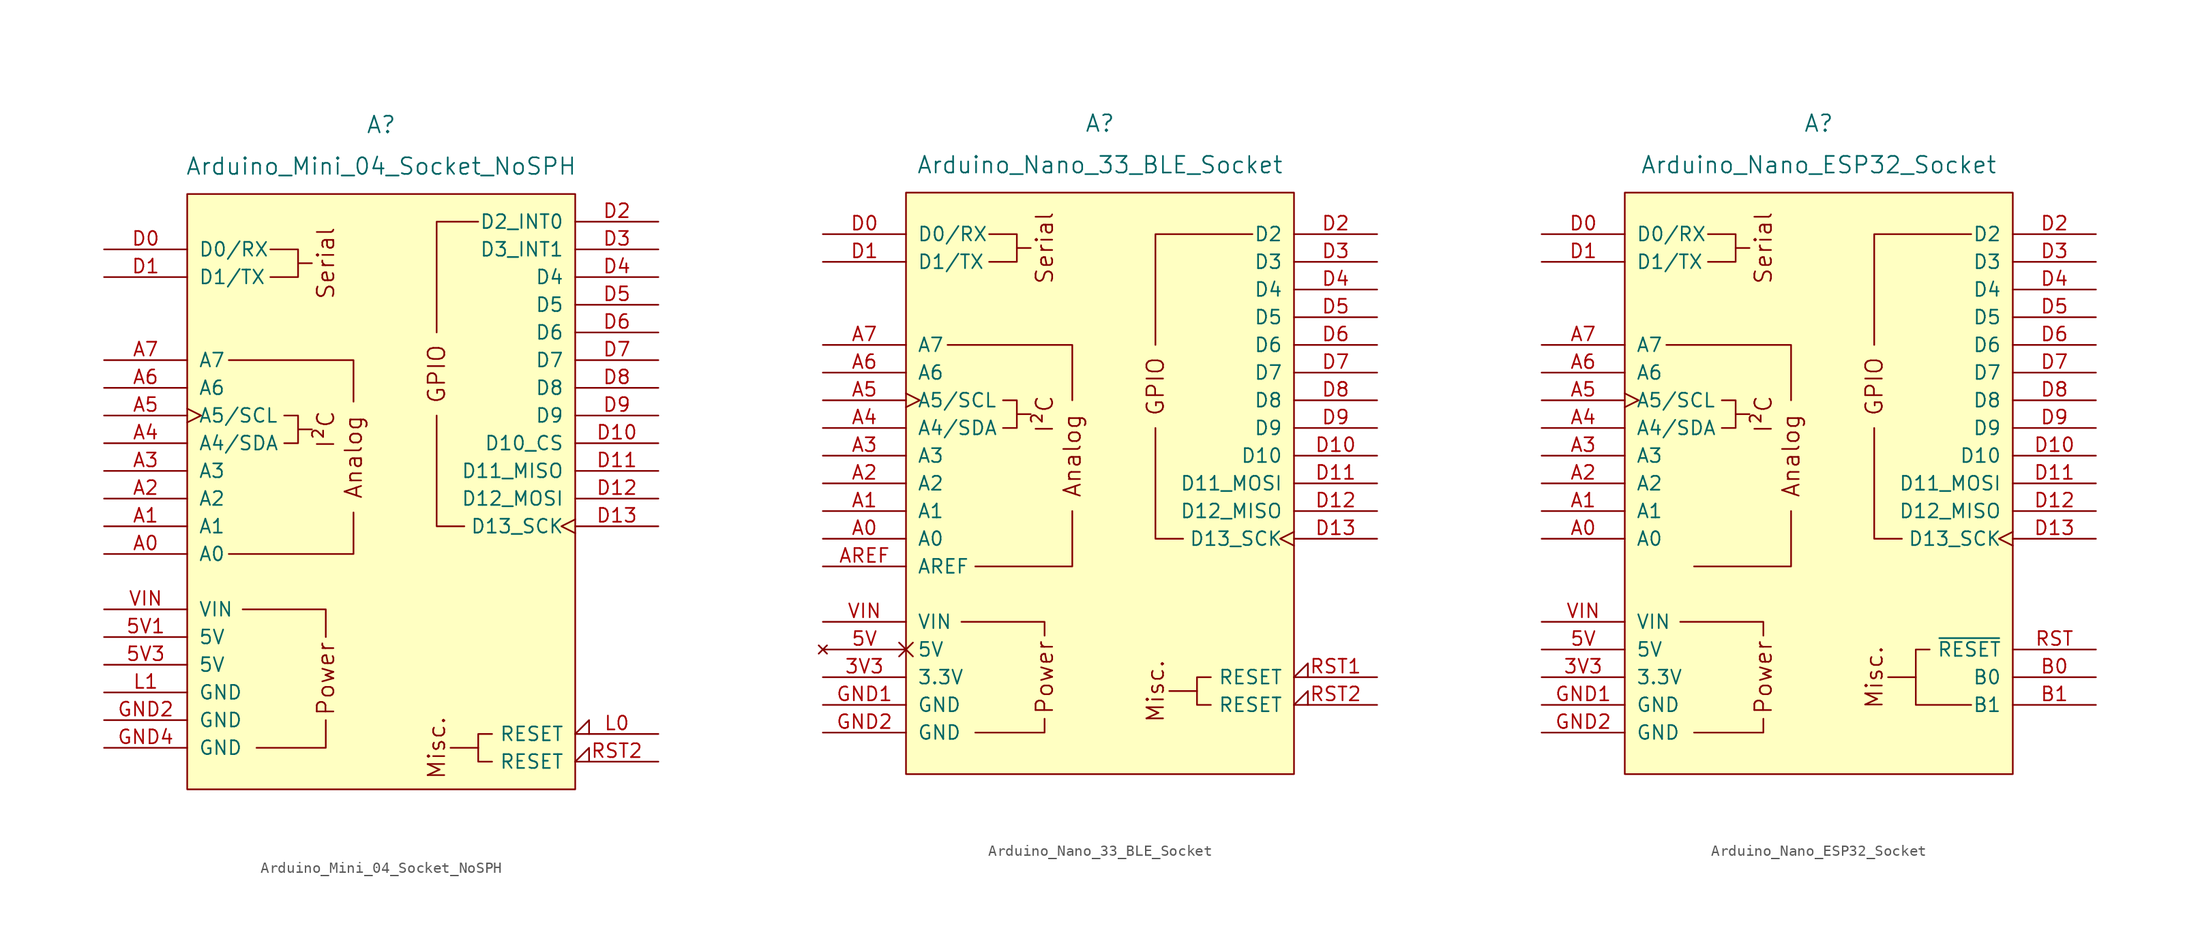
<source format=kicad_sym>
(kicad_symbol_lib
  (version 20220914)
  (generator kicad_symbol_editor)
  (symbol "Arduino_Mini_04_Socket_NoSPH"
    (pin_names
      (offset 1.016))
    (property "Reference" "A"
      (at 0 34.29 0)
      (effects (font (size 1.524 1.524))))
    (property "Value" "Arduino_Mini_04_Socket_NoSPH"
      (at 0 30.48 0)
      (effects (font (size 1.524 1.524))))
    (symbol "Arduino_Mini_04_Socket_NoSPH_0_0"
      (rectangle (start -17.78 27.94) (end 17.78 -26.67) (stroke (width 0) (type default)) (fill (type background)))
      (polyline (pts (xy -7.62 6.35) (xy -6.35 6.35)) (stroke (width 0) (type default)) (fill (type none)))
      (polyline (pts (xy -7.62 21.59) (xy -6.35 21.59)) (stroke (width 0) (type default)) (fill (type none)))
      (polyline (pts (xy 8.89 -22.86) (xy 6.35 -22.86)) (stroke (width 0) (type default)) (fill (type none)))
      (polyline (pts (xy -11.43 -22.86) (xy -5.08 -22.86) (xy -5.08 -20.32)) (stroke (width 0) (type default)) (fill (type none)))
      (polyline (pts (xy -5.08 -12.7) (xy -5.08 -10.16) (xy -12.7 -10.16)) (stroke (width 0) (type default)) (fill (type none)))
      (polyline (pts (xy -2.54 -1.27) (xy -2.54 -5.08) (xy -13.97 -5.08)) (stroke (width 0) (type default)) (fill (type none)))
      (polyline (pts (xy -2.54 8.89) (xy -2.54 12.7) (xy -13.97 12.7)) (stroke (width 0) (type default)) (fill (type none)))
      (polyline (pts (xy -10.16 22.86) (xy -7.62 22.86) (xy -7.62 20.32) (xy -10.16 20.32)) (stroke (width 0) (type default)) (fill (type none)))
      (polyline (pts (xy -8.89 7.62) (xy -7.62 7.62) (xy -7.62 5.08) (xy -8.89 5.08)) (stroke (width 0) (type default)) (fill (type none)))
      (text "Analog" (at -2.54 3.81 900) (effects (font (size 1.524 1.524))))
      (text "I²C" (at -5.08 6.35 900) (effects (font (size 1.524 1.524))))
      (text "Misc." (at 5.08 -22.86 900) (effects (font (size 1.524 1.524))))
      (text "Power" (at -5.08 -16.51 900) (effects (font (size 1.524 1.524))))
      (text "Serial" (at -5.08 21.59 900) (effects (font (size 1.524 1.524)))))
    (symbol "Arduino_Mini_04_Socket_NoSPH_0_1"
      (polyline (pts (xy 7.62 -2.54) (xy 5.08 -2.54) (xy 5.08 7.62)) (stroke (width 0) (type default)) (fill (type none)))
      (polyline (pts (xy 8.89 25.4) (xy 5.08 25.4) (xy 5.08 15.24)) (stroke (width 0) (type default)) (fill (type none)))
      (polyline (pts (xy 10.16 -21.59) (xy 8.89 -21.59) (xy 8.89 -24.13) (xy 10.16 -24.13)) (stroke (width 0) (type default)) (fill (type none))))
    (symbol "Arduino_Mini_04_Socket_NoSPH_1_0"
      (text "GPIO" (at 5.08 11.43 900) (effects (font (size 1.524 1.524)))))
    (symbol "Arduino_Mini_04_Socket_NoSPH_1_1"
      (pin power_in line (at -25.4 -12.7 0) (length 7.62) (name "5V" (effects (font (size 1.27 1.27)))) (number "5V1" (effects (font (size 1.27 1.27)))))
      (pin power_in line (at -25.4 -15.24 0) (length 7.62) (name "5V" (effects (font (size 1.27 1.27)))) (number "5V3" (effects (font (size 1.27 1.27)))))
      (pin bidirectional line (at -25.4 -5.08 0) (length 7.62) (name "A0" (effects (font (size 1.27 1.27)))) (number "A0" (effects (font (size 1.27 1.27)))))
      (pin bidirectional line (at -25.4 -2.54 0) (length 7.62) (name "A1" (effects (font (size 1.27 1.27)))) (number "A1" (effects (font (size 1.27 1.27)))))
      (pin bidirectional line (at -25.4 0 0) (length 7.62) (name "A2" (effects (font (size 1.27 1.27)))) (number "A2" (effects (font (size 1.27 1.27)))))
      (pin bidirectional line (at -25.4 2.54 0) (length 7.62) (name "A3" (effects (font (size 1.27 1.27)))) (number "A3" (effects (font (size 1.27 1.27)))))
      (pin bidirectional line (at -25.4 5.08 0) (length 7.62) (name "A4/SDA" (effects (font (size 1.27 1.27)))) (number "A4" (effects (font (size 1.27 1.27)))))
      (pin bidirectional clock (at -25.4 7.62 0) (length 7.62) (name "A5/SCL" (effects (font (size 1.27 1.27)))) (number "A5" (effects (font (size 1.27 1.27)))))
      (pin input line (at -25.4 10.16 0) (length 7.62) (name "A6" (effects (font (size 1.27 1.27)))) (number "A6" (effects (font (size 1.27 1.27)))))
      (pin input line (at -25.4 12.7 0) (length 7.62) (name "A7" (effects (font (size 1.27 1.27)))) (number "A7" (effects (font (size 1.27 1.27)))))
      (pin bidirectional line (at -25.4 22.86 0) (length 7.62) (name "D0/RX" (effects (font (size 1.27 1.27)))) (number "D0" (effects (font (size 1.27 1.27)))))
      (pin bidirectional line (at -25.4 20.32 0) (length 7.62) (name "D1/TX" (effects (font (size 1.27 1.27)))) (number "D1" (effects (font (size 1.27 1.27)))))
      (pin bidirectional line (at 25.4 5.08 180) (length 7.62) (name "D10_CS" (effects (font (size 1.27 1.27)))) (number "D10" (effects (font (size 1.27 1.27)))))
      (pin bidirectional line (at 25.4 2.54 180) (length 7.62) (name "D11_MISO" (effects (font (size 1.27 1.27)))) (number "D11" (effects (font (size 1.27 1.27)))))
      (pin bidirectional line (at 25.4 0 180) (length 7.62) (name "D12_MOSI" (effects (font (size 1.27 1.27)))) (number "D12" (effects (font (size 1.27 1.27)))))
      (pin bidirectional clock (at 25.4 -2.54 180) (length 7.62) (name "D13_SCK" (effects (font (size 1.27 1.27)))) (number "D13" (effects (font (size 1.27 1.27)))))
      (pin bidirectional line (at 25.4 25.4 180) (length 7.62) (name "D2_INT0" (effects (font (size 1.27 1.27)))) (number "D2" (effects (font (size 1.27 1.27)))))
      (pin bidirectional line (at 25.4 22.86 180) (length 7.62) (name "D3_INT1" (effects (font (size 1.27 1.27)))) (number "D3" (effects (font (size 1.27 1.27)))))
      (pin bidirectional line (at 25.4 20.32 180) (length 7.62) (name "D4" (effects (font (size 1.27 1.27)))) (number "D4" (effects (font (size 1.27 1.27)))))
      (pin bidirectional line (at 25.4 17.78 180) (length 7.62) (name "D5" (effects (font (size 1.27 1.27)))) (number "D5" (effects (font (size 1.27 1.27)))))
      (pin bidirectional line (at 25.4 15.24 180) (length 7.62) (name "D6" (effects (font (size 1.27 1.27)))) (number "D6" (effects (font (size 1.27 1.27)))))
      (pin bidirectional line (at 25.4 12.7 180) (length 7.62) (name "D7" (effects (font (size 1.27 1.27)))) (number "D7" (effects (font (size 1.27 1.27)))))
      (pin bidirectional line (at 25.4 10.16 180) (length 7.62) (name "D8" (effects (font (size 1.27 1.27)))) (number "D8" (effects (font (size 1.27 1.27)))))
      (pin bidirectional line (at 25.4 7.62 180) (length 7.62) (name "D9" (effects (font (size 1.27 1.27)))) (number "D9" (effects (font (size 1.27 1.27)))))
      (pin power_in line (at -25.4 -20.32 0) (length 7.62) (name "GND" (effects (font (size 1.27 1.27)))) (number "GND2" (effects (font (size 1.27 1.27)))))
      (pin power_in line (at -25.4 -22.86 0) (length 7.62) (name "GND" (effects (font (size 1.27 1.27)))) (number "GND4" (effects (font (size 1.27 1.27)))))
      (pin open_collector input_low (at 25.4 -21.59 180) (length 7.62) (name "RESET" (effects (font (size 1.27 1.27)))) (number "L0" (effects (font (size 1.27 1.27)))))
      (pin power_in line (at -25.4 -17.78 0) (length 7.62) (name "GND" (effects (font (size 1.27 1.27)))) (number "L1" (effects (font (size 1.27 1.27)))))
      (pin open_collector input_low (at 25.4 -24.13 180) (length 7.62) (name "RESET" (effects (font (size 1.27 1.27)))) (number "RST2" (effects (font (size 1.27 1.27)))))
      (pin power_in line (at -25.4 -10.16 0) (length 7.62) (name "VIN" (effects (font (size 1.27 1.27)))) (number "VIN" (effects (font (size 1.27 1.27)))))))
  (symbol "Arduino_Nano_33_BLE_Socket"
    (pin_names
      (offset 1.016))
    (property "Reference" "A"
      (at 0 33.02 0)
      (effects (font (size 1.524 1.524))))
    (property "Value" "Arduino_Nano_33_BLE_Socket"
      (at 0 29.21 0)
      (effects (font (size 1.524 1.524))))
    (symbol "Arduino_Nano_33_BLE_Socket_0_0"
      (rectangle (start -17.78 26.67) (end 17.78 -26.67) (stroke (width 0) (type default)) (fill (type background)))
      (polyline (pts (xy -7.62 6.35) (xy -6.35 6.35)) (stroke (width 0) (type default)) (fill (type none)))
      (polyline (pts (xy -7.62 21.59) (xy -6.35 21.59)) (stroke (width 0) (type default)) (fill (type none)))
      (polyline (pts (xy 8.89 -19.05) (xy 6.35 -19.05)) (stroke (width 0) (type default)) (fill (type none)))
      (polyline (pts (xy -11.43 -22.86) (xy -5.08 -22.86) (xy -5.08 -21.59)) (stroke (width 0) (type default)) (fill (type none)))
      (polyline (pts (xy -5.08 -13.97) (xy -5.08 -12.7) (xy -12.7 -12.7)) (stroke (width 0) (type default)) (fill (type none)))
      (polyline (pts (xy -10.16 22.86) (xy -7.62 22.86) (xy -7.62 20.32) (xy -10.16 20.32)) (stroke (width 0) (type default)) (fill (type none)))
      (polyline (pts (xy -8.89 7.62) (xy -7.62 7.62) (xy -7.62 5.08) (xy -8.89 5.08)) (stroke (width 0) (type default)) (fill (type none)))
      (text "Analog" (at -2.54 2.54 900) (effects (font (size 1.524 1.524))))
      (text "I²C" (at -5.08 6.35 900) (effects (font (size 1.524 1.524))))
      (text "Misc." (at 5.08 -19.05 900) (effects (font (size 1.524 1.524))))
      (text "Power" (at -5.08 -17.78 900) (effects (font (size 1.524 1.524))))
      (text "Serial" (at -5.08 21.59 900) (effects (font (size 1.524 1.524)))))
    (symbol "Arduino_Nano_33_BLE_Socket_0_1"
      (polyline (pts (xy -13.97 12.7) (xy -2.54 12.7) (xy -2.54 7.62)) (stroke (width 0) (type default)) (fill (type none)))
      (polyline (pts (xy -11.43 -7.62) (xy -2.54 -7.62) (xy -2.54 -2.54)) (stroke (width 0) (type default)) (fill (type none)))
      (polyline (pts (xy 7.62 -5.08) (xy 5.08 -5.08) (xy 5.08 5.08)) (stroke (width 0) (type default)) (fill (type none)))
      (polyline (pts (xy 13.97 22.86) (xy 5.08 22.86) (xy 5.08 12.7)) (stroke (width 0) (type default)) (fill (type none)))
      (polyline (pts (xy 10.16 -17.78) (xy 8.89 -17.78) (xy 8.89 -20.32) (xy 10.16 -20.32)) (stroke (width 0) (type default)) (fill (type none))))
    (symbol "Arduino_Nano_33_BLE_Socket_1_0"
      (text "GPIO" (at 5.08 8.89 900) (effects (font (size 1.524 1.524)))))
    (symbol "Arduino_Nano_33_BLE_Socket_1_1"
      (pin power_in line (at -25.4 -17.78 0) (length 7.62) (name "3.3V" (effects (font (size 1.27 1.27)))) (number "3V3" (effects (font (size 1.27 1.27)))))
      (pin no_connect non_logic (at -25.4 -15.24 0) (length 7.62) (name "5V" (effects (font (size 1.27 1.27)))) (number "5V" (effects (font (size 1.27 1.27)))))
      (pin bidirectional line (at -25.4 -5.08 0) (length 7.62) (name "A0" (effects (font (size 1.27 1.27)))) (number "A0" (effects (font (size 1.27 1.27)))))
      (pin bidirectional line (at -25.4 -2.54 0) (length 7.62) (name "A1" (effects (font (size 1.27 1.27)))) (number "A1" (effects (font (size 1.27 1.27)))))
      (pin bidirectional line (at -25.4 0 0) (length 7.62) (name "A2" (effects (font (size 1.27 1.27)))) (number "A2" (effects (font (size 1.27 1.27)))))
      (pin bidirectional line (at -25.4 2.54 0) (length 7.62) (name "A3" (effects (font (size 1.27 1.27)))) (number "A3" (effects (font (size 1.27 1.27)))))
      (pin bidirectional line (at -25.4 5.08 0) (length 7.62) (name "A4/SDA" (effects (font (size 1.27 1.27)))) (number "A4" (effects (font (size 1.27 1.27)))))
      (pin bidirectional clock (at -25.4 7.62 0) (length 7.62) (name "A5/SCL" (effects (font (size 1.27 1.27)))) (number "A5" (effects (font (size 1.27 1.27)))))
      (pin input line (at -25.4 10.16 0) (length 7.62) (name "A6" (effects (font (size 1.27 1.27)))) (number "A6" (effects (font (size 1.27 1.27)))))
      (pin input line (at -25.4 12.7 0) (length 7.62) (name "A7" (effects (font (size 1.27 1.27)))) (number "A7" (effects (font (size 1.27 1.27)))))
      (pin input line (at -25.4 -7.62 0) (length 7.62) (name "AREF" (effects (font (size 1.27 1.27)))) (number "AREF" (effects (font (size 1.27 1.27)))))
      (pin bidirectional line (at -25.4 22.86 0) (length 7.62) (name "D0/RX" (effects (font (size 1.27 1.27)))) (number "D0" (effects (font (size 1.27 1.27)))))
      (pin bidirectional line (at -25.4 20.32 0) (length 7.62) (name "D1/TX" (effects (font (size 1.27 1.27)))) (number "D1" (effects (font (size 1.27 1.27)))))
      (pin bidirectional line (at 25.4 2.54 180) (length 7.62) (name "D10" (effects (font (size 1.27 1.27)))) (number "D10" (effects (font (size 1.27 1.27)))))
      (pin bidirectional line (at 25.4 0 180) (length 7.62) (name "D11_MOSI" (effects (font (size 1.27 1.27)))) (number "D11" (effects (font (size 1.27 1.27)))))
      (pin bidirectional line (at 25.4 -2.54 180) (length 7.62) (name "D12_MISO" (effects (font (size 1.27 1.27)))) (number "D12" (effects (font (size 1.27 1.27)))))
      (pin bidirectional clock (at 25.4 -5.08 180) (length 7.62) (name "D13_SCK" (effects (font (size 1.27 1.27)))) (number "D13" (effects (font (size 1.27 1.27)))))
      (pin bidirectional line (at 25.4 22.86 180) (length 7.62) (name "D2" (effects (font (size 1.27 1.27)))) (number "D2" (effects (font (size 1.27 1.27)))))
      (pin bidirectional line (at 25.4 20.32 180) (length 7.62) (name "D3" (effects (font (size 1.27 1.27)))) (number "D3" (effects (font (size 1.27 1.27)))))
      (pin bidirectional line (at 25.4 17.78 180) (length 7.62) (name "D4" (effects (font (size 1.27 1.27)))) (number "D4" (effects (font (size 1.27 1.27)))))
      (pin bidirectional line (at 25.4 15.24 180) (length 7.62) (name "D5" (effects (font (size 1.27 1.27)))) (number "D5" (effects (font (size 1.27 1.27)))))
      (pin bidirectional line (at 25.4 12.7 180) (length 7.62) (name "D6" (effects (font (size 1.27 1.27)))) (number "D6" (effects (font (size 1.27 1.27)))))
      (pin bidirectional line (at 25.4 10.16 180) (length 7.62) (name "D7" (effects (font (size 1.27 1.27)))) (number "D7" (effects (font (size 1.27 1.27)))))
      (pin bidirectional line (at 25.4 7.62 180) (length 7.62) (name "D8" (effects (font (size 1.27 1.27)))) (number "D8" (effects (font (size 1.27 1.27)))))
      (pin bidirectional line (at 25.4 5.08 180) (length 7.62) (name "D9" (effects (font (size 1.27 1.27)))) (number "D9" (effects (font (size 1.27 1.27)))))
      (pin power_in line (at -25.4 -20.32 0) (length 7.62) (name "GND" (effects (font (size 1.27 1.27)))) (number "GND1" (effects (font (size 1.27 1.27)))))
      (pin power_in line (at -25.4 -22.86 0) (length 7.62) (name "GND" (effects (font (size 1.27 1.27)))) (number "GND2" (effects (font (size 1.27 1.27)))))
      (pin open_collector input_low (at 25.4 -17.78 180) (length 7.62) (name "RESET" (effects (font (size 1.27 1.27)))) (number "RST1" (effects (font (size 1.27 1.27)))))
      (pin open_collector input_low (at 25.4 -20.32 180) (length 7.62) (name "RESET" (effects (font (size 1.27 1.27)))) (number "RST2" (effects (font (size 1.27 1.27)))))
      (pin power_in line (at -25.4 -12.7 0) (length 7.62) (name "VIN" (effects (font (size 1.27 1.27)))) (number "VIN" (effects (font (size 1.27 1.27)))))))
  (symbol "Arduino_Nano_ESP32_Socket"
    (pin_names
      (offset 1.016))
    (property "Reference" "A"
      (at 0 33.02 0)
      (effects (font (size 1.524 1.524))))
    (property "Value" "Arduino_Nano_ESP32_Socket"
      (at 0 29.21 0)
      (effects (font (size 1.524 1.524))))
    (symbol "Arduino_Nano_ESP32_Socket_0_0"
      (rectangle (start -17.78 26.67) (end 17.78 -26.67) (stroke (width 0) (type default)) (fill (type background)))
      (polyline (pts (xy -7.62 6.35) (xy -6.35 6.35)) (stroke (width 0) (type default)) (fill (type none)))
      (polyline (pts (xy -7.62 21.59) (xy -6.35 21.59)) (stroke (width 0) (type default)) (fill (type none)))
      (polyline (pts (xy 8.89 -17.78) (xy 6.35 -17.78)) (stroke (width 0) (type default)) (fill (type none)))
      (polyline (pts (xy -11.43 -22.86) (xy -5.08 -22.86) (xy -5.08 -21.59)) (stroke (width 0) (type default)) (fill (type none)))
      (polyline (pts (xy -5.08 -13.97) (xy -5.08 -12.7) (xy -12.7 -12.7)) (stroke (width 0) (type default)) (fill (type none)))
      (polyline (pts (xy -10.16 22.86) (xy -7.62 22.86) (xy -7.62 20.32) (xy -10.16 20.32)) (stroke (width 0) (type default)) (fill (type none)))
      (polyline (pts (xy -8.89 7.62) (xy -7.62 7.62) (xy -7.62 5.08) (xy -8.89 5.08)) (stroke (width 0) (type default)) (fill (type none)))
      (text "Analog" (at -2.54 2.54 900) (effects (font (size 1.524 1.524))))
      (text "I²C" (at -5.08 6.35 900) (effects (font (size 1.524 1.524))))
      (text "Misc." (at 5.08 -17.78 900) (effects (font (size 1.524 1.524))))
      (text "Power" (at -5.08 -17.78 900) (effects (font (size 1.524 1.524))))
      (text "Serial" (at -5.08 21.59 900) (effects (font (size 1.524 1.524)))))
    (symbol "Arduino_Nano_ESP32_Socket_0_1"
      (polyline (pts (xy -13.97 12.7) (xy -2.54 12.7) (xy -2.54 7.62)) (stroke (width 0) (type default)) (fill (type none)))
      (polyline (pts (xy -11.43 -7.62) (xy -2.54 -7.62) (xy -2.54 -2.54)) (stroke (width 0) (type default)) (fill (type none)))
      (polyline (pts (xy 7.62 -5.08) (xy 5.08 -5.08) (xy 5.08 5.08)) (stroke (width 0) (type default)) (fill (type none)))
      (polyline (pts (xy 13.97 22.86) (xy 5.08 22.86) (xy 5.08 12.7)) (stroke (width 0) (type default)) (fill (type none)))
      (polyline (pts (xy 10.16 -15.24) (xy 8.89 -15.24) (xy 8.89 -20.32) (xy 13.97 -20.32)) (stroke (width 0) (type default)) (fill (type none))))
    (symbol "Arduino_Nano_ESP32_Socket_1_0"
      (text "GPIO" (at 5.08 8.89 900) (effects (font (size 1.524 1.524)))))
    (symbol "Arduino_Nano_ESP32_Socket_1_1"
      (pin power_out line (at -25.4 -17.78 0) (length 7.62) (name "3.3V" (effects (font (size 1.27 1.27)))) (number "3V3" (effects (font (size 1.27 1.27)))))
      (pin power_in line (at -25.4 -15.24 0) (length 7.62) (name "5V" (effects (font (size 1.27 1.27)))) (number "5V" (effects (font (size 1.27 1.27)))))
      (pin bidirectional line (at -25.4 -5.08 0) (length 7.62) (name "A0" (effects (font (size 1.27 1.27)))) (number "A0" (effects (font (size 1.27 1.27)))))
      (pin bidirectional line (at -25.4 -2.54 0) (length 7.62) (name "A1" (effects (font (size 1.27 1.27)))) (number "A1" (effects (font (size 1.27 1.27)))))
      (pin bidirectional line (at -25.4 0 0) (length 7.62) (name "A2" (effects (font (size 1.27 1.27)))) (number "A2" (effects (font (size 1.27 1.27)))))
      (pin bidirectional line (at -25.4 2.54 0) (length 7.62) (name "A3" (effects (font (size 1.27 1.27)))) (number "A3" (effects (font (size 1.27 1.27)))))
      (pin bidirectional line (at -25.4 5.08 0) (length 7.62) (name "A4/SDA" (effects (font (size 1.27 1.27)))) (number "A4" (effects (font (size 1.27 1.27)))))
      (pin bidirectional clock (at -25.4 7.62 0) (length 7.62) (name "A5/SCL" (effects (font (size 1.27 1.27)))) (number "A5" (effects (font (size 1.27 1.27)))))
      (pin input line (at -25.4 10.16 0) (length 7.62) (name "A6" (effects (font (size 1.27 1.27)))) (number "A6" (effects (font (size 1.27 1.27)))))
      (pin input line (at -25.4 12.7 0) (length 7.62) (name "A7" (effects (font (size 1.27 1.27)))) (number "A7" (effects (font (size 1.27 1.27)))))
      (pin bidirectional line (at 25.4 -17.78 180) (length 7.62) (name "B0" (effects (font (size 1.27 1.27)))) (number "B0" (effects (font (size 1.27 1.27)))))
      (pin bidirectional line (at 25.4 -20.32 180) (length 7.62) (name "B1" (effects (font (size 1.27 1.27)))) (number "B1" (effects (font (size 1.27 1.27)))))
      (pin bidirectional line (at -25.4 22.86 0) (length 7.62) (name "D0/RX" (effects (font (size 1.27 1.27)))) (number "D0" (effects (font (size 1.27 1.27)))))
      (pin bidirectional line (at -25.4 20.32 0) (length 7.62) (name "D1/TX" (effects (font (size 1.27 1.27)))) (number "D1" (effects (font (size 1.27 1.27)))))
      (pin bidirectional line (at 25.4 2.54 180) (length 7.62) (name "D10" (effects (font (size 1.27 1.27)))) (number "D10" (effects (font (size 1.27 1.27)))))
      (pin bidirectional line (at 25.4 0 180) (length 7.62) (name "D11_MOSI" (effects (font (size 1.27 1.27)))) (number "D11" (effects (font (size 1.27 1.27)))))
      (pin bidirectional line (at 25.4 -2.54 180) (length 7.62) (name "D12_MISO" (effects (font (size 1.27 1.27)))) (number "D12" (effects (font (size 1.27 1.27)))))
      (pin bidirectional clock (at 25.4 -5.08 180) (length 7.62) (name "D13_SCK" (effects (font (size 1.27 1.27)))) (number "D13" (effects (font (size 1.27 1.27)))))
      (pin bidirectional line (at 25.4 22.86 180) (length 7.62) (name "D2" (effects (font (size 1.27 1.27)))) (number "D2" (effects (font (size 1.27 1.27)))))
      (pin bidirectional line (at 25.4 20.32 180) (length 7.62) (name "D3" (effects (font (size 1.27 1.27)))) (number "D3" (effects (font (size 1.27 1.27)))))
      (pin bidirectional line (at 25.4 17.78 180) (length 7.62) (name "D4" (effects (font (size 1.27 1.27)))) (number "D4" (effects (font (size 1.27 1.27)))))
      (pin bidirectional line (at 25.4 15.24 180) (length 7.62) (name "D5" (effects (font (size 1.27 1.27)))) (number "D5" (effects (font (size 1.27 1.27)))))
      (pin bidirectional line (at 25.4 12.7 180) (length 7.62) (name "D6" (effects (font (size 1.27 1.27)))) (number "D6" (effects (font (size 1.27 1.27)))))
      (pin bidirectional line (at 25.4 10.16 180) (length 7.62) (name "D7" (effects (font (size 1.27 1.27)))) (number "D7" (effects (font (size 1.27 1.27)))))
      (pin bidirectional line (at 25.4 7.62 180) (length 7.62) (name "D8" (effects (font (size 1.27 1.27)))) (number "D8" (effects (font (size 1.27 1.27)))))
      (pin bidirectional line (at 25.4 5.08 180) (length 7.62) (name "D9" (effects (font (size 1.27 1.27)))) (number "D9" (effects (font (size 1.27 1.27)))))
      (pin power_in line (at -25.4 -20.32 0) (length 7.62) (name "GND" (effects (font (size 1.27 1.27)))) (number "GND1" (effects (font (size 1.27 1.27)))))
      (pin power_in line (at -25.4 -22.86 0) (length 7.62) (name "GND" (effects (font (size 1.27 1.27)))) (number "GND2" (effects (font (size 1.27 1.27)))))
      (pin open_collector line (at 25.4 -15.24 180) (length 7.62) (name "~{RESET}" (effects (font (size 1.27 1.27)))) (number "RST" (effects (font (size 1.27 1.27)))))
      (pin power_in line (at -25.4 -12.7 0) (length 7.62) (name "VIN" (effects (font (size 1.27 1.27)))) (number "VIN" (effects (font (size 1.27 1.27))))))))
</source>
